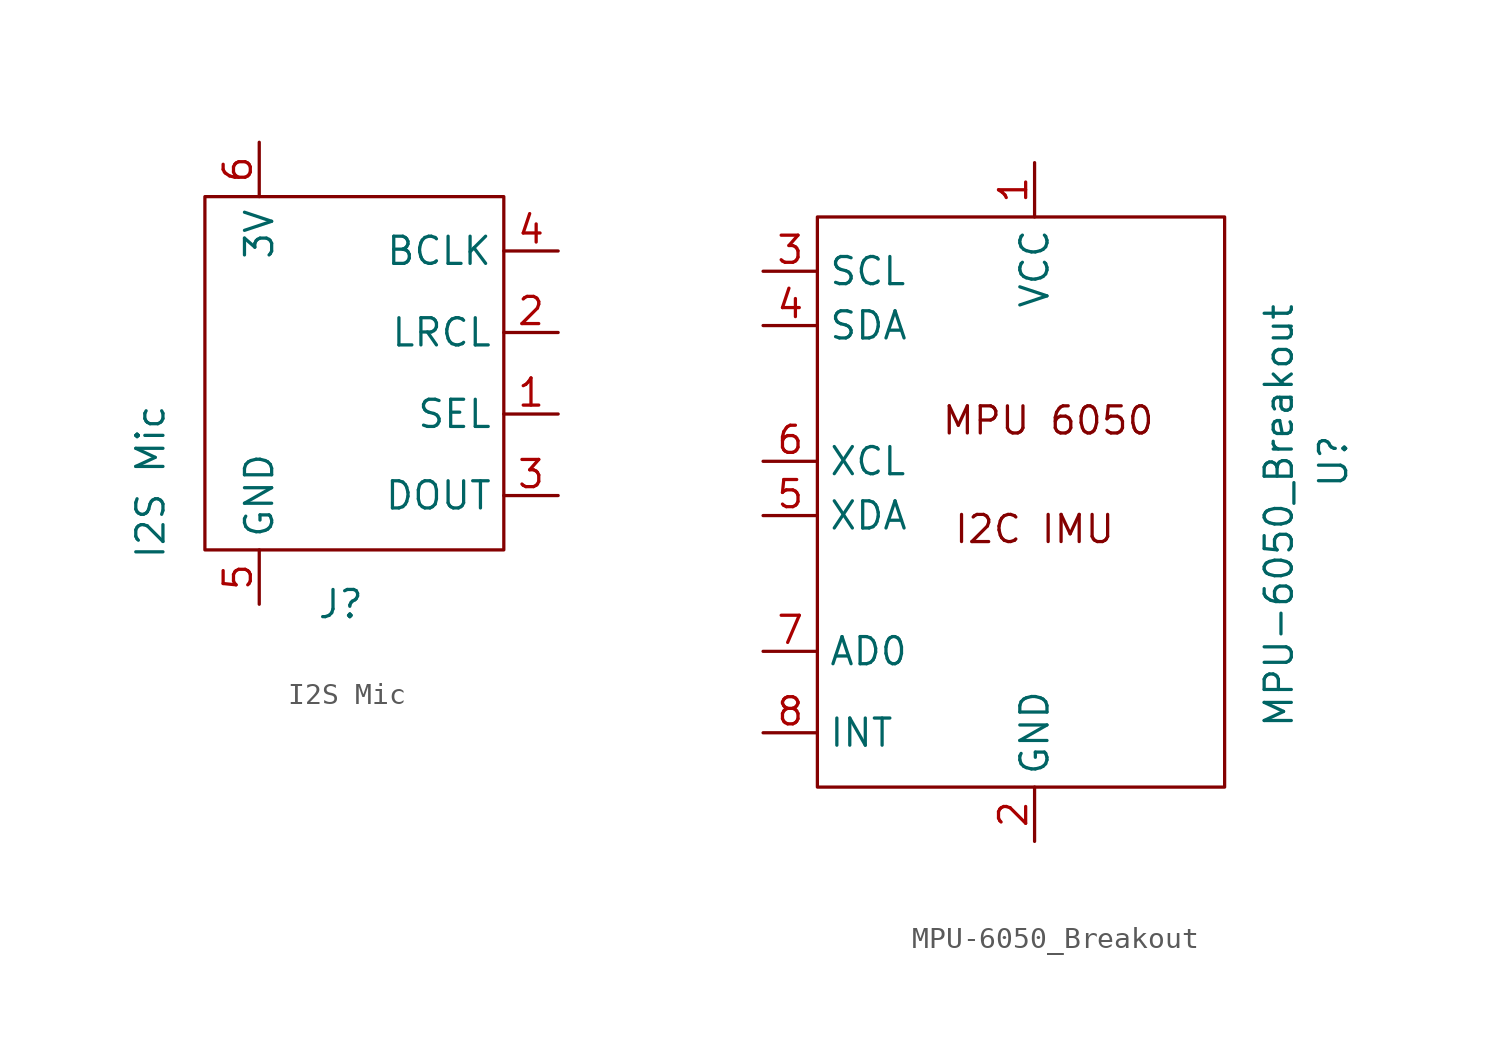
<source format=kicad_sym>
(kicad_symbol_lib
  (version 20211014)
  (generator kicad_symbol_editor)
  (symbol "I2S Mic"
    (property "Reference" "J"
      (at 6.35 -19.05 0)
      (effects (font (size 1.27 1.27))))
    (property "Value" "I2S Mic"
      (at -2.54 -13.335 90)
      (effects (font (size 1.27 1.27))))
    (symbol "I2S Mic_0_1"
      (rectangle (start 0 0) (end 13.97 -16.51) (stroke (width 0) (type default) (color 0 0 0 0)) (fill (type none))))
    (symbol "I2S Mic_1_1"
      (pin input line (at 16.51 -10.16 180) (length 2.54) (name "SEL" (effects (font (size 1.27 1.27)))) (number "1" (effects (font (size 1.27 1.27)))))
      (pin input line (at 16.51 -6.35 180) (length 2.54) (name "LRCL" (effects (font (size 1.27 1.27)))) (number "2" (effects (font (size 1.27 1.27)))))
      (pin output line (at 16.51 -13.97 180) (length 2.54) (name "DOUT" (effects (font (size 1.27 1.27)))) (number "3" (effects (font (size 1.27 1.27)))))
      (pin input line (at 16.51 -2.54 180) (length 2.54) (name "BCLK" (effects (font (size 1.27 1.27)))) (number "4" (effects (font (size 1.27 1.27)))))
      (pin power_in line (at 2.54 -19.05 90) (length 2.54) (name "GND" (effects (font (size 1.27 1.27)))) (number "5" (effects (font (size 1.27 1.27)))))
      (pin power_in line (at 2.54 2.54 270) (length 2.54) (name "3V" (effects (font (size 1.27 1.27)))) (number "6" (effects (font (size 1.27 1.27)))))))
  (symbol "MPU-6050_Breakout"
    (property "Reference" "U"
      (at 24.13 -11.43 90)
      (effects (font (size 1.27 1.27))))
    (property "Value" "MPU-6050_Breakout"
      (at 21.59 -13.97 90)
      (effects (font (size 1.27 1.27))))
    (symbol "MPU-6050_Breakout_0_0"
      (text "I2C IMU" (at 10.16 -14.605 0) (effects (font (size 1.27 1.27))))
      (text "MPU 6050" (at 10.795 -9.525 0) (effects (font (size 1.27 1.27)))))
    (symbol "MPU-6050_Breakout_0_1"
      (rectangle (start 0 0) (end 19.05 -26.67) (stroke (width 0) (type default) (color 0 0 0 0)) (fill (type none))))
    (symbol "MPU-6050_Breakout_1_1"
      (pin power_in line (at 10.16 2.54 270) (length 2.54) (name "VCC" (effects (font (size 1.27 1.27)))) (number "1" (effects (font (size 1.27 1.27)))))
      (pin power_in line (at 10.16 -29.21 90) (length 2.54) (name "GND" (effects (font (size 1.27 1.27)))) (number "2" (effects (font (size 1.27 1.27)))))
      (pin input line (at -2.54 -2.54 0) (length 2.54) (name "SCL" (effects (font (size 1.27 1.27)))) (number "3" (effects (font (size 1.27 1.27)))))
      (pin bidirectional line (at -2.54 -5.08 0) (length 2.54) (name "SDA" (effects (font (size 1.27 1.27)))) (number "4" (effects (font (size 1.27 1.27)))))
      (pin bidirectional line (at -2.54 -13.97 0) (length 2.54) (name "XDA" (effects (font (size 1.27 1.27)))) (number "5" (effects (font (size 1.27 1.27)))))
      (pin input line (at -2.54 -11.43 0) (length 2.54) (name "XCL" (effects (font (size 1.27 1.27)))) (number "6" (effects (font (size 1.27 1.27)))))
      (pin input line (at -2.54 -20.32 0) (length 2.54) (name "AD0" (effects (font (size 1.27 1.27)))) (number "7" (effects (font (size 1.27 1.27)))))
      (pin output line (at -2.54 -24.13 0) (length 2.54) (name "INT" (effects (font (size 1.27 1.27)))) (number "8" (effects (font (size 1.27 1.27))))))))
</source>
